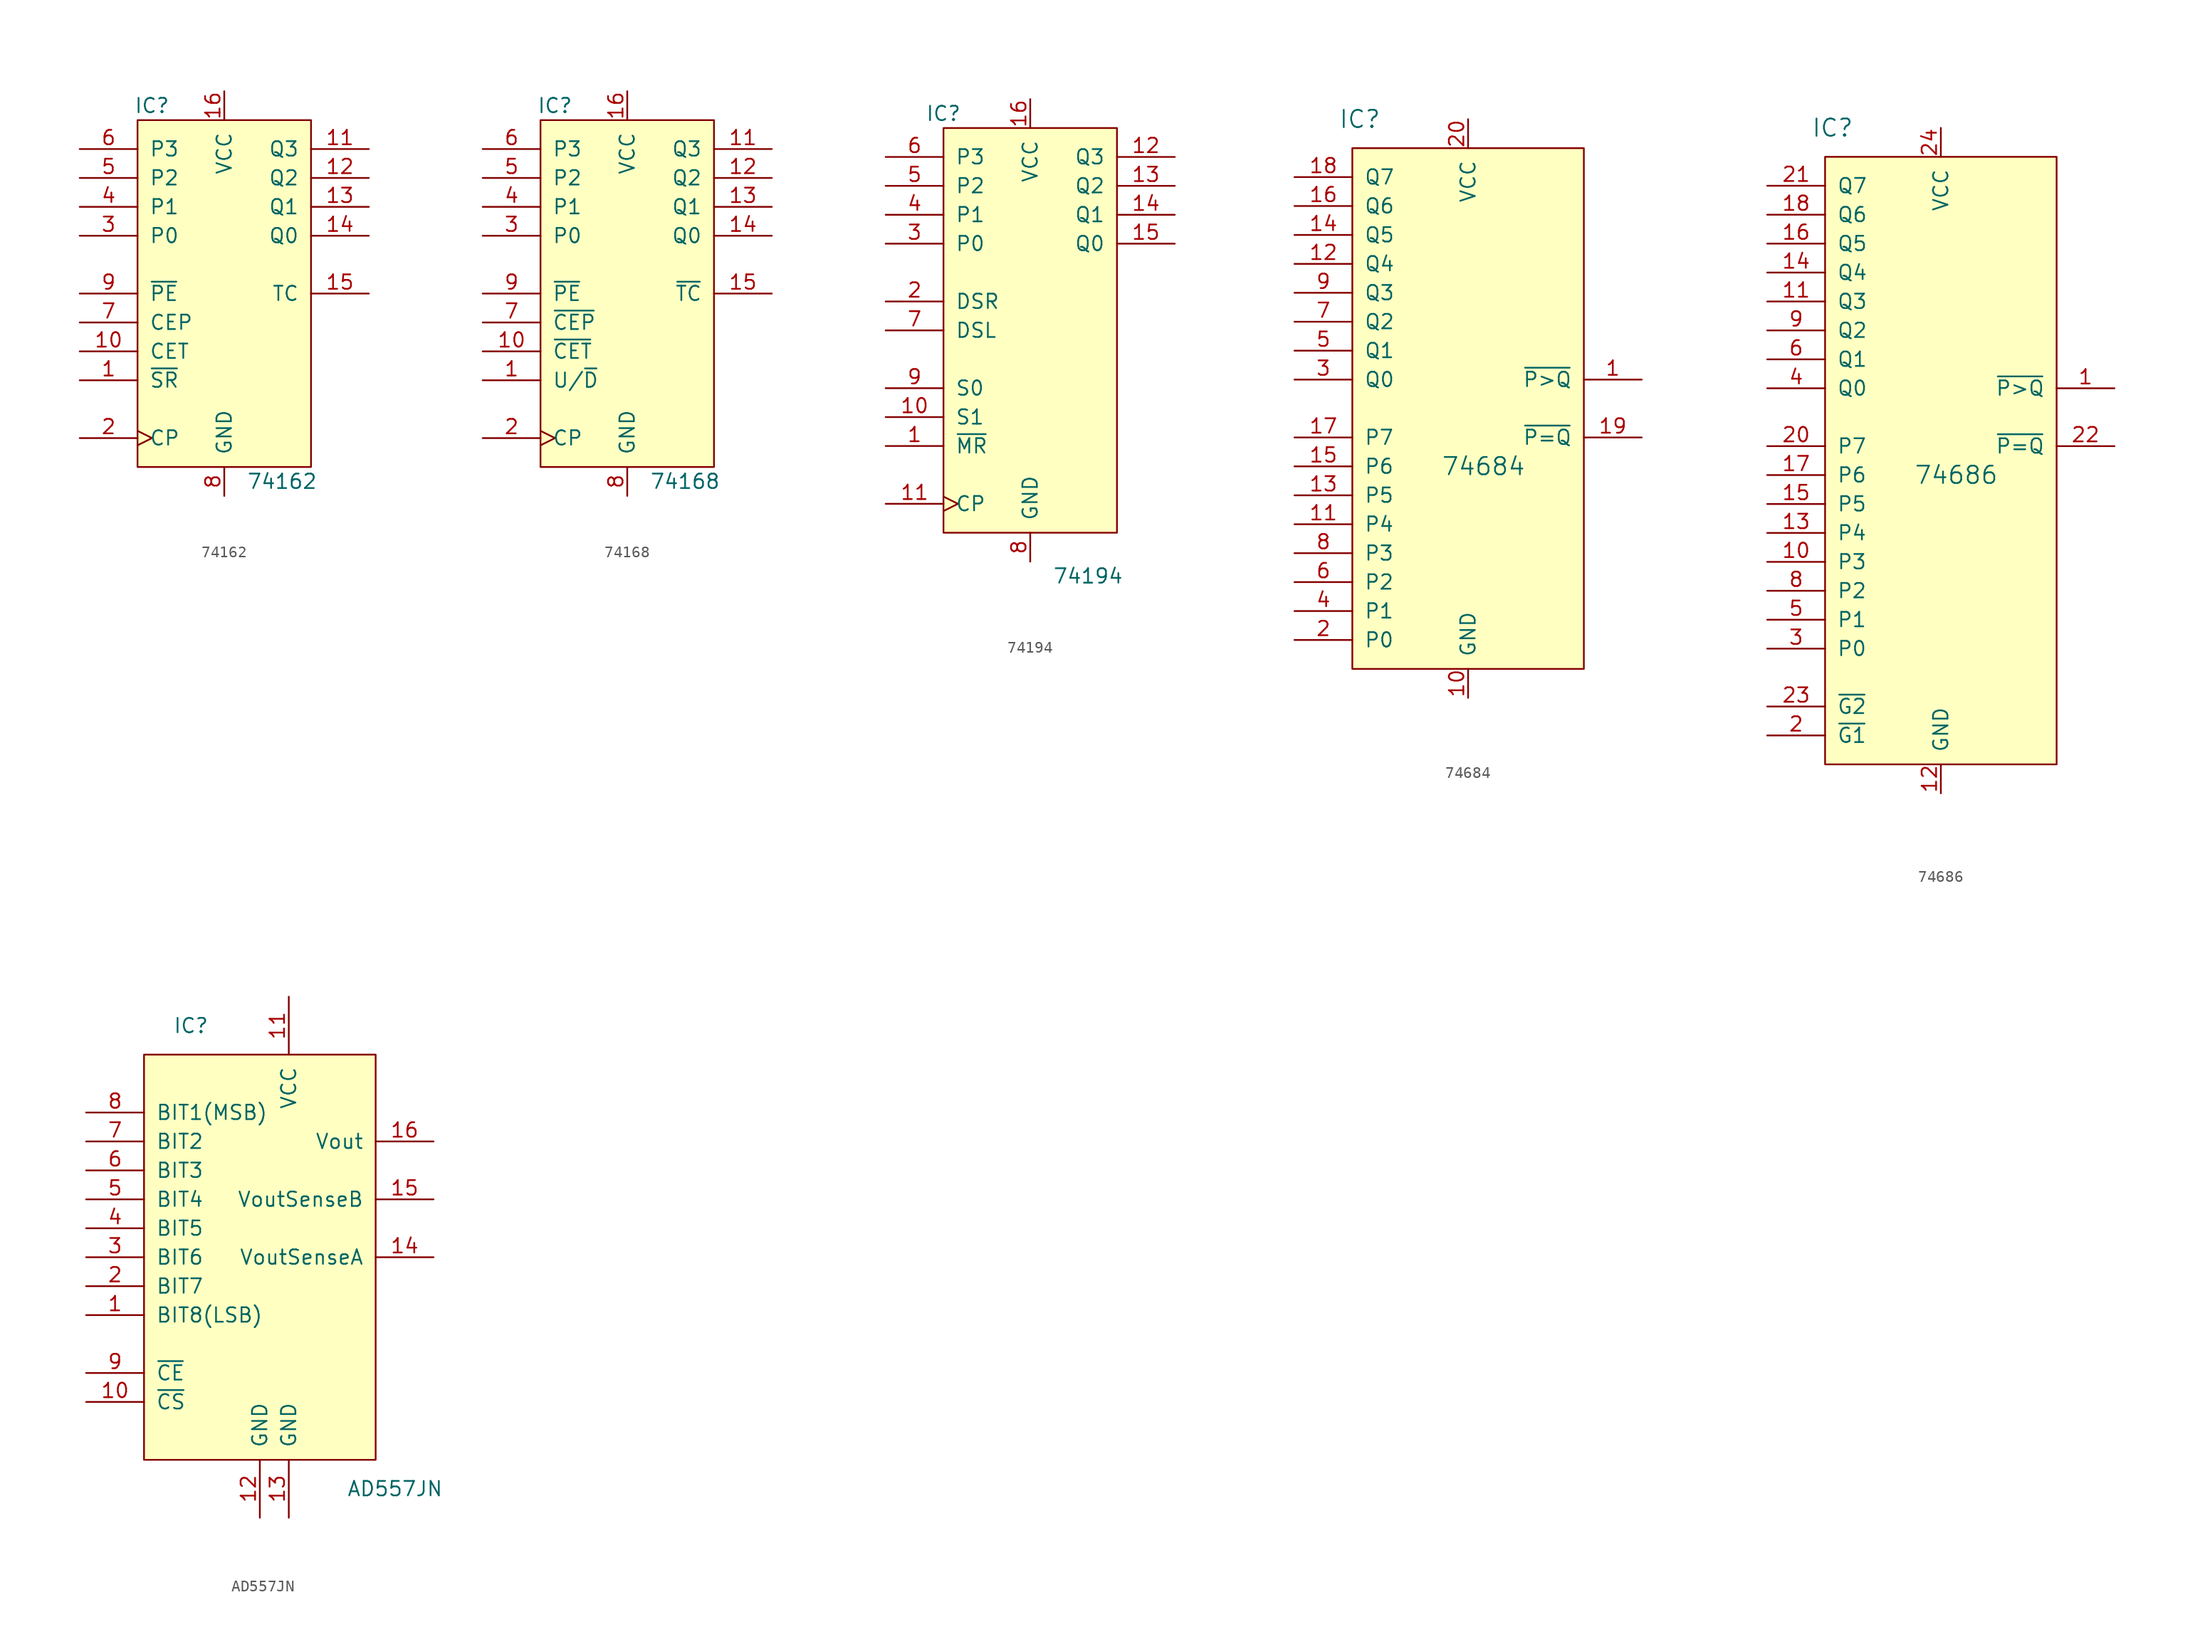
<source format=kicad_sym>
(kicad_symbol_lib
  (version 20211014)
  (generator kicad_symbol_editor)
  (symbol "74162"
    (pin_names
      (offset 1.016))
    (property "Reference" "IC"
      (at -6.35 16.51 0)
      (effects (font (size 1.27 1.27))))
    (property "Value" "74162"
      (at 5.08 -16.51 0)
      (effects (font (size 1.27 1.27))))
    (symbol "74162_1_0"
      (pin input line (at -12.7 -7.62 0) (length 5.08) (name "~{SR}" (effects (font (size 1.27 1.27)))) (number "1" (effects (font (size 1.27 1.27)))))
      (pin input line (at -12.7 -5.08 0) (length 5.08) (name "CET" (effects (font (size 1.27 1.27)))) (number "10" (effects (font (size 1.27 1.27)))))
      (pin output line (at 12.7 12.7 180) (length 5.08) (name "Q3" (effects (font (size 1.27 1.27)))) (number "11" (effects (font (size 1.27 1.27)))))
      (pin output line (at 12.7 10.16 180) (length 5.08) (name "Q2" (effects (font (size 1.27 1.27)))) (number "12" (effects (font (size 1.27 1.27)))))
      (pin output line (at 12.7 7.62 180) (length 5.08) (name "Q1" (effects (font (size 1.27 1.27)))) (number "13" (effects (font (size 1.27 1.27)))))
      (pin output line (at 12.7 5.08 180) (length 5.08) (name "Q0" (effects (font (size 1.27 1.27)))) (number "14" (effects (font (size 1.27 1.27)))))
      (pin output line (at 12.7 0 180) (length 5.08) (name "TC" (effects (font (size 1.27 1.27)))) (number "15" (effects (font (size 1.27 1.27)))))
      (pin power_in line (at 0 17.78 270) (length 2.54) (name "VCC" (effects (font (size 1.27 1.27)))) (number "16" (effects (font (size 1.27 1.27)))))
      (pin input clock (at -12.7 -12.7 0) (length 5.08) (name "CP" (effects (font (size 1.27 1.27)))) (number "2" (effects (font (size 1.27 1.27)))))
      (pin input line (at -12.7 5.08 0) (length 5.08) (name "P0" (effects (font (size 1.27 1.27)))) (number "3" (effects (font (size 1.27 1.27)))))
      (pin input line (at -12.7 7.62 0) (length 5.08) (name "P1" (effects (font (size 1.27 1.27)))) (number "4" (effects (font (size 1.27 1.27)))))
      (pin input line (at -12.7 10.16 0) (length 5.08) (name "P2" (effects (font (size 1.27 1.27)))) (number "5" (effects (font (size 1.27 1.27)))))
      (pin input line (at -12.7 12.7 0) (length 5.08) (name "P3" (effects (font (size 1.27 1.27)))) (number "6" (effects (font (size 1.27 1.27)))))
      (pin input line (at -12.7 -2.54 0) (length 5.08) (name "CEP" (effects (font (size 1.27 1.27)))) (number "7" (effects (font (size 1.27 1.27)))))
      (pin power_in line (at 0 -17.78 90) (length 2.54) (name "GND" (effects (font (size 1.27 1.27)))) (number "8" (effects (font (size 1.27 1.27)))))
      (pin input line (at -12.7 0 0) (length 5.08) (name "~{PE}" (effects (font (size 1.27 1.27)))) (number "9" (effects (font (size 1.27 1.27))))))
    (symbol "74162_1_1"
      (rectangle (start -7.62 15.24) (end 7.62 -15.24) (stroke (width 0.152) (type default) (color 0 0 0 0)) (fill (type background)))))
  (symbol "74168"
    (pin_names
      (offset 1.016))
    (property "Reference" "IC"
      (at -6.35 16.51 0)
      (effects (font (size 1.27 1.27))))
    (property "Value" "74168"
      (at 5.08 -16.51 0)
      (effects (font (size 1.27 1.27))))
    (symbol "74168_1_0"
      (pin input line (at -12.7 -7.62 0) (length 5.08) (name "U/~{D}" (effects (font (size 1.27 1.27)))) (number "1" (effects (font (size 1.27 1.27)))))
      (pin input line (at -12.7 -5.08 0) (length 5.08) (name "~{CET}" (effects (font (size 1.27 1.27)))) (number "10" (effects (font (size 1.27 1.27)))))
      (pin output line (at 12.7 12.7 180) (length 5.08) (name "Q3" (effects (font (size 1.27 1.27)))) (number "11" (effects (font (size 1.27 1.27)))))
      (pin output line (at 12.7 10.16 180) (length 5.08) (name "Q2" (effects (font (size 1.27 1.27)))) (number "12" (effects (font (size 1.27 1.27)))))
      (pin output line (at 12.7 7.62 180) (length 5.08) (name "Q1" (effects (font (size 1.27 1.27)))) (number "13" (effects (font (size 1.27 1.27)))))
      (pin output line (at 12.7 5.08 180) (length 5.08) (name "Q0" (effects (font (size 1.27 1.27)))) (number "14" (effects (font (size 1.27 1.27)))))
      (pin output line (at 12.7 0 180) (length 5.08) (name "~{TC}" (effects (font (size 1.27 1.27)))) (number "15" (effects (font (size 1.27 1.27)))))
      (pin power_in line (at 0 17.78 270) (length 2.54) (name "VCC" (effects (font (size 1.27 1.27)))) (number "16" (effects (font (size 1.27 1.27)))))
      (pin input clock (at -12.7 -12.7 0) (length 5.08) (name "CP" (effects (font (size 1.27 1.27)))) (number "2" (effects (font (size 1.27 1.27)))))
      (pin input line (at -12.7 5.08 0) (length 5.08) (name "P0" (effects (font (size 1.27 1.27)))) (number "3" (effects (font (size 1.27 1.27)))))
      (pin input line (at -12.7 7.62 0) (length 5.08) (name "P1" (effects (font (size 1.27 1.27)))) (number "4" (effects (font (size 1.27 1.27)))))
      (pin input line (at -12.7 10.16 0) (length 5.08) (name "P2" (effects (font (size 1.27 1.27)))) (number "5" (effects (font (size 1.27 1.27)))))
      (pin input line (at -12.7 12.7 0) (length 5.08) (name "P3" (effects (font (size 1.27 1.27)))) (number "6" (effects (font (size 1.27 1.27)))))
      (pin input line (at -12.7 -2.54 0) (length 5.08) (name "~{CEP}" (effects (font (size 1.27 1.27)))) (number "7" (effects (font (size 1.27 1.27)))))
      (pin power_in line (at 0 -17.78 90) (length 2.54) (name "GND" (effects (font (size 1.27 1.27)))) (number "8" (effects (font (size 1.27 1.27)))))
      (pin input line (at -12.7 0 0) (length 5.08) (name "~{PE}" (effects (font (size 1.27 1.27)))) (number "9" (effects (font (size 1.27 1.27))))))
    (symbol "74168_1_1"
      (rectangle (start -7.62 15.24) (end 7.62 -15.24) (stroke (width 0.152) (type default) (color 0 0 0 0)) (fill (type background)))))
  (symbol "74194"
    (pin_names
      (offset 1.016))
    (property "Reference" "IC"
      (at -7.62 19.05 0)
      (effects (font (size 1.27 1.27))))
    (property "Value" "74194"
      (at 5.08 -21.59 0)
      (effects (font (size 1.27 1.27))))
    (symbol "74194_1_0"
      (pin input line (at -12.7 -10.16 0) (length 5.08) (name "~{MR}" (effects (font (size 1.27 1.27)))) (number "1" (effects (font (size 1.27 1.27)))))
      (pin input line (at -12.7 -7.62 0) (length 5.08) (name "S1" (effects (font (size 1.27 1.27)))) (number "10" (effects (font (size 1.27 1.27)))))
      (pin input clock (at -12.7 -15.24 0) (length 5.08) (name "CP" (effects (font (size 1.27 1.27)))) (number "11" (effects (font (size 1.27 1.27)))))
      (pin output line (at 12.7 15.24 180) (length 5.08) (name "Q3" (effects (font (size 1.27 1.27)))) (number "12" (effects (font (size 1.27 1.27)))))
      (pin output line (at 12.7 12.7 180) (length 5.08) (name "Q2" (effects (font (size 1.27 1.27)))) (number "13" (effects (font (size 1.27 1.27)))))
      (pin output line (at 12.7 10.16 180) (length 5.08) (name "Q1" (effects (font (size 1.27 1.27)))) (number "14" (effects (font (size 1.27 1.27)))))
      (pin output line (at 12.7 7.62 180) (length 5.08) (name "Q0" (effects (font (size 1.27 1.27)))) (number "15" (effects (font (size 1.27 1.27)))))
      (pin power_in line (at 0 20.32 270) (length 2.54) (name "VCC" (effects (font (size 1.27 1.27)))) (number "16" (effects (font (size 1.27 1.27)))))
      (pin input line (at -12.7 2.54 0) (length 5.08) (name "DSR" (effects (font (size 1.27 1.27)))) (number "2" (effects (font (size 1.27 1.27)))))
      (pin input line (at -12.7 7.62 0) (length 5.08) (name "P0" (effects (font (size 1.27 1.27)))) (number "3" (effects (font (size 1.27 1.27)))))
      (pin input line (at -12.7 10.16 0) (length 5.08) (name "P1" (effects (font (size 1.27 1.27)))) (number "4" (effects (font (size 1.27 1.27)))))
      (pin input line (at -12.7 12.7 0) (length 5.08) (name "P2" (effects (font (size 1.27 1.27)))) (number "5" (effects (font (size 1.27 1.27)))))
      (pin input line (at -12.7 15.24 0) (length 5.08) (name "P3" (effects (font (size 1.27 1.27)))) (number "6" (effects (font (size 1.27 1.27)))))
      (pin input line (at -12.7 0 0) (length 5.08) (name "DSL" (effects (font (size 1.27 1.27)))) (number "7" (effects (font (size 1.27 1.27)))))
      (pin power_in line (at 0 -20.32 90) (length 2.54) (name "GND" (effects (font (size 1.27 1.27)))) (number "8" (effects (font (size 1.27 1.27)))))
      (pin input line (at -12.7 -5.08 0) (length 5.08) (name "S0" (effects (font (size 1.27 1.27)))) (number "9" (effects (font (size 1.27 1.27))))))
    (symbol "74194_1_1"
      (rectangle (start -7.62 17.78) (end 7.62 -17.78) (stroke (width 0.152) (type default) (color 0 0 0 0)) (fill (type background)))))
  (symbol "74684"
    (pin_names
      (offset 1.016))
    (property "Reference" "IC"
      (at -7.62 25.4 0)
      (effects (font (size 1.524 1.524)) (justify right)))
    (property "Value" "74684"
      (at 5.08 -5.08 0)
      (effects (font (size 1.524 1.524)) (justify right)))
    (symbol "74684_1_1"
      (rectangle (start -10.16 22.86) (end 10.16 -22.86) (stroke (width 0.152) (type default) (color 0 0 0 0)) (fill (type background)))
      (pin output line (at 15.24 2.54 180) (length 5.08) (name "~{P>Q}" (effects (font (size 1.27 1.27)))) (number "1" (effects (font (size 1.27 1.27)))))
      (pin power_in line (at 0 -25.4 90) (length 2.54) (name "GND" (effects (font (size 1.27 1.27)))) (number "10" (effects (font (size 1.27 1.27)))))
      (pin input line (at -15.24 -10.16 0) (length 5.08) (name "P4" (effects (font (size 1.27 1.27)))) (number "11" (effects (font (size 1.27 1.27)))))
      (pin input line (at -15.24 12.7 0) (length 5.08) (name "Q4" (effects (font (size 1.27 1.27)))) (number "12" (effects (font (size 1.27 1.27)))))
      (pin input line (at -15.24 -7.62 0) (length 5.08) (name "P5" (effects (font (size 1.27 1.27)))) (number "13" (effects (font (size 1.27 1.27)))))
      (pin input line (at -15.24 15.24 0) (length 5.08) (name "Q5" (effects (font (size 1.27 1.27)))) (number "14" (effects (font (size 1.27 1.27)))))
      (pin input line (at -15.24 -5.08 0) (length 5.08) (name "P6" (effects (font (size 1.27 1.27)))) (number "15" (effects (font (size 1.27 1.27)))))
      (pin input line (at -15.24 17.78 0) (length 5.08) (name "Q6" (effects (font (size 1.27 1.27)))) (number "16" (effects (font (size 1.27 1.27)))))
      (pin input line (at -15.24 -2.54 0) (length 5.08) (name "P7" (effects (font (size 1.27 1.27)))) (number "17" (effects (font (size 1.27 1.27)))))
      (pin input line (at -15.24 20.32 0) (length 5.08) (name "Q7" (effects (font (size 1.27 1.27)))) (number "18" (effects (font (size 1.27 1.27)))))
      (pin output line (at 15.24 -2.54 180) (length 5.08) (name "~{P=Q}" (effects (font (size 1.27 1.27)))) (number "19" (effects (font (size 1.27 1.27)))))
      (pin input line (at -15.24 -20.32 0) (length 5.08) (name "P0" (effects (font (size 1.27 1.27)))) (number "2" (effects (font (size 1.27 1.27)))))
      (pin power_in line (at 0 25.4 270) (length 2.54) (name "VCC" (effects (font (size 1.27 1.27)))) (number "20" (effects (font (size 1.27 1.27)))))
      (pin input line (at -15.24 2.54 0) (length 5.08) (name "Q0" (effects (font (size 1.27 1.27)))) (number "3" (effects (font (size 1.27 1.27)))))
      (pin input line (at -15.24 -17.78 0) (length 5.08) (name "P1" (effects (font (size 1.27 1.27)))) (number "4" (effects (font (size 1.27 1.27)))))
      (pin input line (at -15.24 5.08 0) (length 5.08) (name "Q1" (effects (font (size 1.27 1.27)))) (number "5" (effects (font (size 1.27 1.27)))))
      (pin input line (at -15.24 -15.24 0) (length 5.08) (name "P2" (effects (font (size 1.27 1.27)))) (number "6" (effects (font (size 1.27 1.27)))))
      (pin input line (at -15.24 7.62 0) (length 5.08) (name "Q2" (effects (font (size 1.27 1.27)))) (number "7" (effects (font (size 1.27 1.27)))))
      (pin input line (at -15.24 -12.7 0) (length 5.08) (name "P3" (effects (font (size 1.27 1.27)))) (number "8" (effects (font (size 1.27 1.27)))))
      (pin input line (at -15.24 10.16 0) (length 5.08) (name "Q3" (effects (font (size 1.27 1.27)))) (number "9" (effects (font (size 1.27 1.27)))))))
  (symbol "74686"
    (pin_names
      (offset 1.016))
    (property "Reference" "IC"
      (at -7.62 25.4 0)
      (effects (font (size 1.524 1.524)) (justify right)))
    (property "Value" "74686"
      (at 5.08 -5.08 0)
      (effects (font (size 1.524 1.524)) (justify right)))
    (symbol "74686_1_1"
      (rectangle (start -10.16 22.86) (end 10.16 -30.48) (stroke (width 0.152) (type default) (color 0 0 0 0)) (fill (type background)))
      (pin output line (at 15.24 2.54 180) (length 5.08) (name "~{P>Q}" (effects (font (size 1.27 1.27)))) (number "1" (effects (font (size 1.27 1.27)))))
      (pin input line (at -15.24 -12.7 0) (length 5.08) (name "P3" (effects (font (size 1.27 1.27)))) (number "10" (effects (font (size 1.27 1.27)))))
      (pin input line (at -15.24 10.16 0) (length 5.08) (name "Q3" (effects (font (size 1.27 1.27)))) (number "11" (effects (font (size 1.27 1.27)))))
      (pin power_in line (at 0 -33.02 90) (length 2.54) (name "GND" (effects (font (size 1.27 1.27)))) (number "12" (effects (font (size 1.27 1.27)))))
      (pin input line (at -15.24 -10.16 0) (length 5.08) (name "P4" (effects (font (size 1.27 1.27)))) (number "13" (effects (font (size 1.27 1.27)))))
      (pin input line (at -15.24 12.7 0) (length 5.08) (name "Q4" (effects (font (size 1.27 1.27)))) (number "14" (effects (font (size 1.27 1.27)))))
      (pin input line (at -15.24 -7.62 0) (length 5.08) (name "P5" (effects (font (size 1.27 1.27)))) (number "15" (effects (font (size 1.27 1.27)))))
      (pin input line (at -15.24 15.24 0) (length 5.08) (name "Q5" (effects (font (size 1.27 1.27)))) (number "16" (effects (font (size 1.27 1.27)))))
      (pin input line (at -15.24 -5.08 0) (length 5.08) (name "P6" (effects (font (size 1.27 1.27)))) (number "17" (effects (font (size 1.27 1.27)))))
      (pin input line (at -15.24 17.78 0) (length 5.08) (name "Q6" (effects (font (size 1.27 1.27)))) (number "18" (effects (font (size 1.27 1.27)))))
      (pin input line (at -15.24 -27.94 0) (length 5.08) (name "~{G1}" (effects (font (size 1.27 1.27)))) (number "2" (effects (font (size 1.27 1.27)))))
      (pin input line (at -15.24 -2.54 0) (length 5.08) (name "P7" (effects (font (size 1.27 1.27)))) (number "20" (effects (font (size 1.27 1.27)))))
      (pin input line (at -15.24 20.32 0) (length 5.08) (name "Q7" (effects (font (size 1.27 1.27)))) (number "21" (effects (font (size 1.27 1.27)))))
      (pin output line (at 15.24 -2.54 180) (length 5.08) (name "~{P=Q}" (effects (font (size 1.27 1.27)))) (number "22" (effects (font (size 1.27 1.27)))))
      (pin input line (at -15.24 -25.4 0) (length 5.08) (name "~{G2}" (effects (font (size 1.27 1.27)))) (number "23" (effects (font (size 1.27 1.27)))))
      (pin power_in line (at 0 25.4 270) (length 2.54) (name "VCC" (effects (font (size 1.27 1.27)))) (number "24" (effects (font (size 1.27 1.27)))))
      (pin input line (at -15.24 -20.32 0) (length 5.08) (name "P0" (effects (font (size 1.27 1.27)))) (number "3" (effects (font (size 1.27 1.27)))))
      (pin input line (at -15.24 2.54 0) (length 5.08) (name "Q0" (effects (font (size 1.27 1.27)))) (number "4" (effects (font (size 1.27 1.27)))))
      (pin input line (at -15.24 -17.78 0) (length 5.08) (name "P1" (effects (font (size 1.27 1.27)))) (number "5" (effects (font (size 1.27 1.27)))))
      (pin input line (at -15.24 5.08 0) (length 5.08) (name "Q1" (effects (font (size 1.27 1.27)))) (number "6" (effects (font (size 1.27 1.27)))))
      (pin input line (at -15.24 -15.24 0) (length 5.08) (name "P2" (effects (font (size 1.27 1.27)))) (number "8" (effects (font (size 1.27 1.27)))))
      (pin input line (at -15.24 7.62 0) (length 5.08) (name "Q2" (effects (font (size 1.27 1.27)))) (number "9" (effects (font (size 1.27 1.27)))))))
  (symbol "AD557JN"
    (pin_names
      (offset 1.016))
    (property "Reference" "IC"
      (at -7.62 20.32 0)
      (effects (font (size 1.27 1.27)) (justify left)))
    (property "Value" "AD557JN"
      (at 7.62 -20.32 0)
      (effects (font (size 1.27 1.27)) (justify left)))
    (symbol "AD557JN_0_1"
      (rectangle (start -10.16 -17.78) (end 10.16 17.78) (stroke (width 0.152) (type default) (color 0 0 0 0)) (fill (type background))))
    (symbol "AD557JN_1_1"
      (pin input line (at -15.24 -5.08 0) (length 5.08) (name "BIT8(LSB)" (effects (font (size 1.27 1.27)))) (number "1" (effects (font (size 1.27 1.27)))))
      (pin input line (at -15.24 -12.7 0) (length 5.08) (name "~{CS}" (effects (font (size 1.27 1.27)))) (number "10" (effects (font (size 1.27 1.27)))))
      (pin power_in line (at 2.54 22.86 270) (length 5.08) (name "VCC" (effects (font (size 1.27 1.27)))) (number "11" (effects (font (size 1.27 1.27)))))
      (pin power_in line (at 0 -22.86 90) (length 5.08) (name "GND" (effects (font (size 1.27 1.27)))) (number "12" (effects (font (size 1.27 1.27)))))
      (pin power_in line (at 2.54 -22.86 90) (length 5.08) (name "GND" (effects (font (size 1.27 1.27)))) (number "13" (effects (font (size 1.27 1.27)))))
      (pin input line (at 15.24 0 180) (length 5.08) (name "VoutSenseA" (effects (font (size 1.27 1.27)))) (number "14" (effects (font (size 1.27 1.27)))))
      (pin input line (at 15.24 5.08 180) (length 5.08) (name "VoutSenseB" (effects (font (size 1.27 1.27)))) (number "15" (effects (font (size 1.27 1.27)))))
      (pin output line (at 15.24 10.16 180) (length 5.08) (name "Vout" (effects (font (size 1.27 1.27)))) (number "16" (effects (font (size 1.27 1.27)))))
      (pin input line (at -15.24 -2.54 0) (length 5.08) (name "BIT7" (effects (font (size 1.27 1.27)))) (number "2" (effects (font (size 1.27 1.27)))))
      (pin input line (at -15.24 0 0) (length 5.08) (name "BIT6" (effects (font (size 1.27 1.27)))) (number "3" (effects (font (size 1.27 1.27)))))
      (pin input line (at -15.24 2.54 0) (length 5.08) (name "BIT5" (effects (font (size 1.27 1.27)))) (number "4" (effects (font (size 1.27 1.27)))))
      (pin input line (at -15.24 5.08 0) (length 5.08) (name "BIT4" (effects (font (size 1.27 1.27)))) (number "5" (effects (font (size 1.27 1.27)))))
      (pin input line (at -15.24 7.62 0) (length 5.08) (name "BIT3" (effects (font (size 1.27 1.27)))) (number "6" (effects (font (size 1.27 1.27)))))
      (pin input line (at -15.24 10.16 0) (length 5.08) (name "BIT2" (effects (font (size 1.27 1.27)))) (number "7" (effects (font (size 1.27 1.27)))))
      (pin input line (at -15.24 12.7 0) (length 5.08) (name "BIT1(MSB)" (effects (font (size 1.27 1.27)))) (number "8" (effects (font (size 1.27 1.27)))))
      (pin input line (at -15.24 -10.16 0) (length 5.08) (name "~{CE}" (effects (font (size 1.27 1.27)))) (number "9" (effects (font (size 1.27 1.27))))))))
</source>
